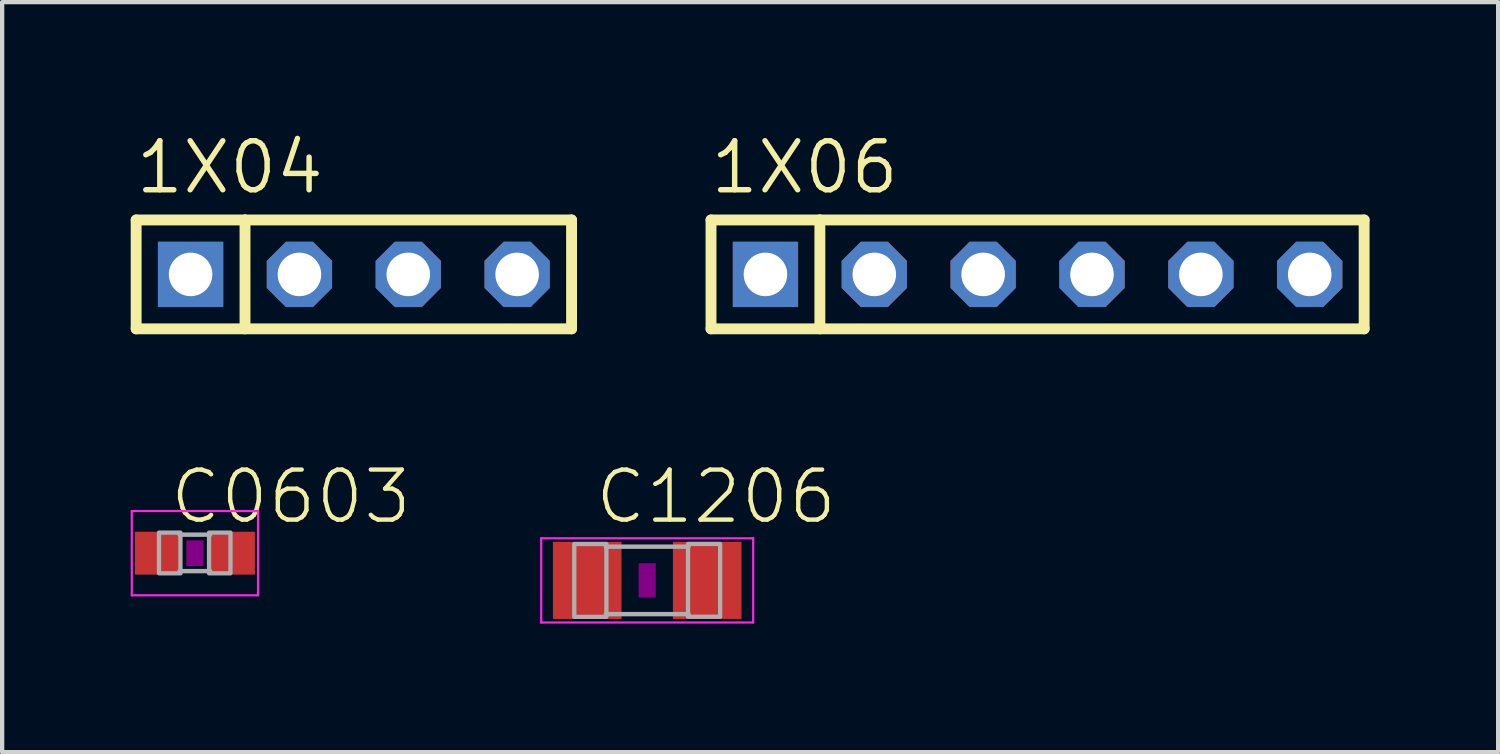
<source format=kicad_pcb>
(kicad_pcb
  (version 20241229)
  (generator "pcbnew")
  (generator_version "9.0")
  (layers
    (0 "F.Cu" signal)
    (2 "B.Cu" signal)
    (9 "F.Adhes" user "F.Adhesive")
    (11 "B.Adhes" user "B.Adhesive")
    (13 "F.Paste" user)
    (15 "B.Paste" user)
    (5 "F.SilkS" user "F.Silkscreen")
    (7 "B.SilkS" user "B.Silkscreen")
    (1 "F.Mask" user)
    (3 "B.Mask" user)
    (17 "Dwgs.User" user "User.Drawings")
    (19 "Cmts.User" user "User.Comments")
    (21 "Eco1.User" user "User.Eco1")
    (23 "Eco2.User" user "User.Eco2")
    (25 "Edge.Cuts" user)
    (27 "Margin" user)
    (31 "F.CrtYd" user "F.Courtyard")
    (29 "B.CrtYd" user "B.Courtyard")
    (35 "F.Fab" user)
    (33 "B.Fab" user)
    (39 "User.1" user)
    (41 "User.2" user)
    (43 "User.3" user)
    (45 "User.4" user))
  (footprint "1X04"
    (layer "F.Cu")
    (at 5.207 3.353)
    (property "Reference" "1X04" (at -5.156 -1.829 0) (layer "F.SilkS") (effects (font (size 1.143 1.143) (thickness 0.127)) (justify left bottom)))
    (fp_line (start -5.08 -1.27) (end -5.08 1.27) (stroke (width 0.254) (type solid)) (layer "F.SilkS"))
    (fp_line (start -5.08 -1.27) (end -2.54 -1.27) (stroke (width 0.254) (type solid)) (layer "F.SilkS"))
    (fp_line (start -2.54 -1.27) (end -2.54 1.27) (stroke (width 0.254) (type solid)) (layer "F.SilkS"))
    (fp_line (start -2.54 -1.27) (end 5.08 -1.27) (stroke (width 0.254) (type solid)) (layer "F.SilkS"))
    (fp_line (start 5.08 -1.27) (end 5.08 1.27) (stroke (width 0.254) (type solid)) (layer "F.SilkS"))
    (fp_line (start 5.08 1.27) (end -5.08 1.27) (stroke (width 0.254) (type solid)) (layer "F.SilkS"))
    (fp_poly (pts (xy -4.064 0.254) (xy -3.556 0.254) (xy -3.556 -0.254) (xy -4.064 -0.254)) (stroke (width 0.1) (type solid)) (fill no) (layer "F.Fab"))
    (fp_poly (pts (xy -1.524 0.254) (xy -1.016 0.254) (xy -1.016 -0.254) (xy -1.524 -0.254)) (stroke (width 0.1) (type solid)) (fill no) (layer "F.Fab"))
    (fp_poly (pts (xy 1.016 0.254) (xy 1.524 0.254) (xy 1.524 -0.254) (xy 1.016 -0.254)) (stroke (width 0.1) (type solid)) (fill no) (layer "F.Fab"))
    (fp_poly (pts (xy 3.556 0.254) (xy 4.064 0.254) (xy 4.064 -0.254) (xy 3.556 -0.254)) (stroke (width 0.1) (type solid)) (fill no) (layer "F.Fab"))
    (pad "1" thru_hole rect (at -3.81 0 90) (size 1.524 1.524) (drill 1.016) (layers "*.Cu" "*.Mask"))
    (pad "2" thru_hole roundrect (at -1.27 0 90) (size 1.524 1.524) (drill 1.016) (layers "*.Cu" "*.Mask") (roundrect_rratio 0.25) (chamfer_ratio 0.293) (chamfer top_left top_right bottom_left bottom_right))
    (pad "3" thru_hole roundrect (at 1.27 0 90) (size 1.524 1.524) (drill 1.016) (layers "*.Cu" "*.Mask") (roundrect_rratio 0.25) (chamfer_ratio 0.293) (chamfer top_left top_right bottom_left bottom_right))
    (pad "4" thru_hole roundrect (at 3.81 0 90) (size 1.524 1.524) (drill 1.016) (layers "*.Cu" "*.Mask") (roundrect_rratio 0.25) (chamfer_ratio 0.293) (chamfer top_left top_right bottom_left bottom_right)))
  (footprint "1X06"
    (layer "F.Cu")
    (at 21.161 3.353)
    (property "Reference" "1X06" (at -7.696 -1.829 0) (layer "F.SilkS") (effects (font (size 1.143 1.143) (thickness 0.127)) (justify left bottom)))
    (fp_line (start -7.62 -1.27) (end -7.62 1.27) (stroke (width 0.254) (type solid)) (layer "F.SilkS"))
    (fp_line (start -5.08 -1.27) (end -7.62 -1.27) (stroke (width 0.254) (type solid)) (layer "F.SilkS"))
    (fp_line (start -5.08 -1.27) (end -5.08 1.27) (stroke (width 0.254) (type solid)) (layer "F.SilkS"))
    (fp_line (start 7.62 -1.27) (end -5.08 -1.27) (stroke (width 0.254) (type solid)) (layer "F.SilkS"))
    (fp_line (start 7.62 -1.27) (end 7.62 1.27) (stroke (width 0.254) (type solid)) (layer "F.SilkS"))
    (fp_line (start 7.62 1.27) (end -7.62 1.27) (stroke (width 0.254) (type solid)) (layer "F.SilkS"))
    (fp_poly (pts (xy -6.604 0.254) (xy -6.096 0.254) (xy -6.096 -0.254) (xy -6.604 -0.254)) (stroke (width 0.1) (type solid)) (fill no) (layer "F.Fab"))
    (fp_poly (pts (xy -4.064 0.254) (xy -3.556 0.254) (xy -3.556 -0.254) (xy -4.064 -0.254)) (stroke (width 0.1) (type solid)) (fill no) (layer "F.Fab"))
    (fp_poly (pts (xy -1.524 0.254) (xy -1.016 0.254) (xy -1.016 -0.254) (xy -1.524 -0.254)) (stroke (width 0.1) (type solid)) (fill no) (layer "F.Fab"))
    (fp_poly (pts (xy 1.016 0.254) (xy 1.524 0.254) (xy 1.524 -0.254) (xy 1.016 -0.254)) (stroke (width 0.1) (type solid)) (fill no) (layer "F.Fab"))
    (fp_poly (pts (xy 3.556 0.254) (xy 4.064 0.254) (xy 4.064 -0.254) (xy 3.556 -0.254)) (stroke (width 0.1) (type solid)) (fill no) (layer "F.Fab"))
    (fp_poly (pts (xy 6.096 0.254) (xy 6.604 0.254) (xy 6.604 -0.254) (xy 6.096 -0.254)) (stroke (width 0.1) (type solid)) (fill no) (layer "F.Fab"))
    (pad "1" thru_hole rect (at -6.35 0 90) (size 1.524 1.524) (drill 1.016) (layers "*.Cu" "*.Mask"))
    (pad "2" thru_hole roundrect (at -3.81 0 90) (size 1.524 1.524) (drill 1.016) (layers "*.Cu" "*.Mask") (roundrect_rratio 0.25) (chamfer_ratio 0.293) (chamfer top_left top_right bottom_left bottom_right))
    (pad "3" thru_hole roundrect (at -1.27 0 90) (size 1.524 1.524) (drill 1.016) (layers "*.Cu" "*.Mask") (roundrect_rratio 0.25) (chamfer_ratio 0.293) (chamfer top_left top_right bottom_left bottom_right))
    (pad "4" thru_hole roundrect (at 1.27 0 90) (size 1.524 1.524) (drill 1.016) (layers "*.Cu" "*.Mask") (roundrect_rratio 0.25) (chamfer_ratio 0.293) (chamfer top_left top_right bottom_left bottom_right))
    (pad "5" thru_hole roundrect (at 3.81 0 90) (size 1.524 1.524) (drill 1.016) (layers "*.Cu" "*.Mask") (roundrect_rratio 0.25) (chamfer_ratio 0.293) (chamfer top_left top_right bottom_left bottom_right))
    (pad "6" thru_hole roundrect (at 6.35 0 90) (size 1.524 1.524) (drill 1.016) (layers "*.Cu" "*.Mask") (roundrect_rratio 0.25) (chamfer_ratio 0.293) (chamfer top_left top_right bottom_left bottom_right)))
  (footprint "C1206"
    (layer "F.Cu")
    (at 12.052 10.493)
    (property "Reference" "C1206" (at -1.27 -1.27 0) (layer "F.SilkS") (effects (font (size 1.168 1.168) (thickness 0.102)) (justify left bottom)))
    (fp_poly (pts (xy -0.2 0.4) (xy 0.2 0.4) (xy 0.2 -0.4) (xy -0.2 -0.4)) (stroke (width 0) (type solid)) (fill yes) (layer "F.Adhes"))
    (fp_line (start -2.473 -0.983) (end 2.473 -0.983) (stroke (width 0.051) (type solid)) (layer "F.CrtYd"))
    (fp_line (start -2.473 0.983) (end -2.473 -0.983) (stroke (width 0.051) (type solid)) (layer "F.CrtYd"))
    (fp_line (start 2.473 -0.983) (end 2.473 0.983) (stroke (width 0.051) (type solid)) (layer "F.CrtYd"))
    (fp_line (start 2.473 0.983) (end -2.473 0.983) (stroke (width 0.051) (type solid)) (layer "F.CrtYd"))
    (fp_line (start -0.965 -0.787) (end 0.965 -0.787) (stroke (width 0.102) (type solid)) (layer "F.Fab"))
    (fp_line (start -0.965 0.787) (end 0.965 0.787) (stroke (width 0.102) (type solid)) (layer "F.Fab"))
    (fp_poly (pts (xy -1.702 0.851) (xy -0.952 0.851) (xy -0.952 -0.849) (xy -1.702 -0.849)) (stroke (width 0.1) (type solid)) (fill no) (layer "F.Fab"))
    (fp_poly (pts (xy 0.952 0.849) (xy 1.702 0.849) (xy 1.702 -0.851) (xy 0.952 -0.851)) (stroke (width 0.1) (type solid)) (fill no) (layer "F.Fab"))
    (pad "1" smd rect (at -1.4 0) (size 1.6 1.8) (layers "F.Cu" "F.Mask" "F.Paste"))
    (pad "2" smd rect (at 1.4 0) (size 1.6 1.8) (layers "F.Cu" "F.Mask" "F.Paste")))
  (footprint "C0603"
    (layer "F.Cu")
    (at 1.498 9.858)
    (property "Reference" "C0603" (at -0.635 -0.635 0) (layer "F.SilkS") (effects (font (size 1.168 1.168) (thickness 0.102)) (justify left bottom)))
    (fp_poly (pts (xy -0.2 0.3) (xy 0.2 0.3) (xy 0.2 -0.3) (xy -0.2 -0.3)) (stroke (width 0) (type solid)) (fill yes) (layer "F.Adhes"))
    (fp_line (start -1.473 -0.983) (end 1.473 -0.983) (stroke (width 0.051) (type solid)) (layer "F.CrtYd"))
    (fp_line (start -1.473 0.983) (end -1.473 -0.983) (stroke (width 0.051) (type solid)) (layer "F.CrtYd"))
    (fp_line (start 1.473 -0.983) (end 1.473 0.983) (stroke (width 0.051) (type solid)) (layer "F.CrtYd"))
    (fp_line (start 1.473 0.983) (end -1.473 0.983) (stroke (width 0.051) (type solid)) (layer "F.CrtYd"))
    (fp_line (start -0.356 -0.432) (end 0.356 -0.432) (stroke (width 0.102) (type solid)) (layer "F.Fab"))
    (fp_line (start -0.356 0.419) (end 0.356 0.419) (stroke (width 0.102) (type solid)) (layer "F.Fab"))
    (fp_poly (pts (xy -0.838 0.47) (xy -0.338 0.47) (xy -0.338 -0.48) (xy -0.838 -0.48)) (stroke (width 0.1) (type solid)) (fill no) (layer "F.Fab"))
    (fp_poly (pts (xy 0.33 0.47) (xy 0.83 0.47) (xy 0.83 -0.48) (xy 0.33 -0.48)) (stroke (width 0.1) (type solid)) (fill no) (layer "F.Fab"))
    (pad "1" smd rect (at -0.85 0) (size 1.1 1) (layers "F.Cu" "F.Mask" "F.Paste"))
    (pad "2" smd rect (at 0.85 0) (size 1.1 1) (layers "F.Cu" "F.Mask" "F.Paste")))
  (gr_rect
    (start -3 -3)
    (end 31.908 14.501)
    (stroke (width 0.1) (type default))
    (fill no)
    (layer "Edge.Cuts")))
</source>
